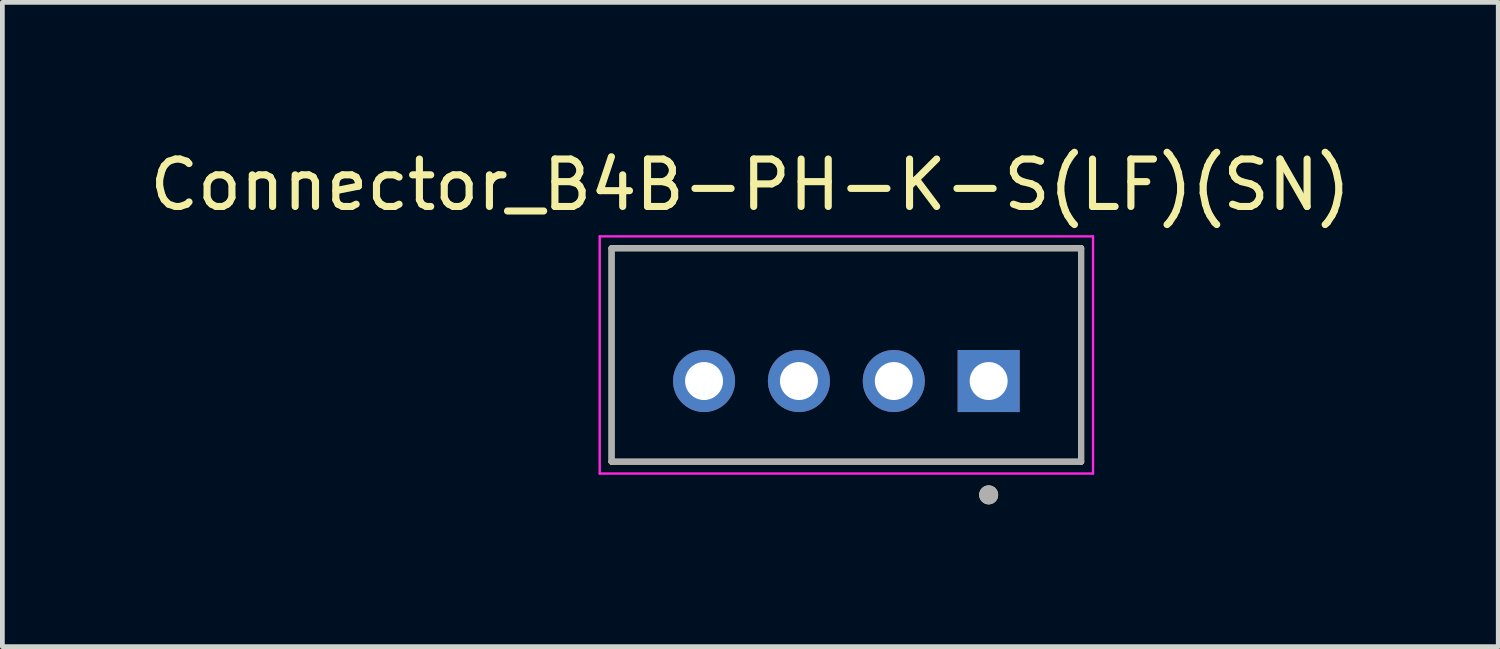
<source format=kicad_pcb>
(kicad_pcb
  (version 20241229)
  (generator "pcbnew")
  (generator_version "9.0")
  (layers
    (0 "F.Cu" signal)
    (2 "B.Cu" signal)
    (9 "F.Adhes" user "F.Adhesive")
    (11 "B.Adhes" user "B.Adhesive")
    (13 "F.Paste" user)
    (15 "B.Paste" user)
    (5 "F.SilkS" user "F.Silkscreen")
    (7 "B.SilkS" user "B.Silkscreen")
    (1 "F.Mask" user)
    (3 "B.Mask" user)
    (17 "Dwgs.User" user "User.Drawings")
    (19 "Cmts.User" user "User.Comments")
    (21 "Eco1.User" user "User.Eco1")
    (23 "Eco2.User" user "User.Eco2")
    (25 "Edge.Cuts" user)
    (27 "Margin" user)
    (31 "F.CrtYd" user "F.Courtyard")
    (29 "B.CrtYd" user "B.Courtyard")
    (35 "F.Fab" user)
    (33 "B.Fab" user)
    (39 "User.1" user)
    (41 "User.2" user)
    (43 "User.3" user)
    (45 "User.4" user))
  (footprint "Connector_B4B-PH-K-S(LF)(SN)"
    (layer "F.Cu")
    (at 14.793 4.433)
    (property "Reference" "Connector_B4B-PH-K-S(LF)(SN)" (at -2.025 -3.585 0) (layer "F.SilkS") (effects (font (size 1 1) (thickness 0.15))))
    (attr through_hole)
    (fp_line (start -4.95 -2.25) (end 4.95 -2.25) (stroke (width 0.127) (type solid)) (layer "F.SilkS"))
    (fp_line (start -4.95 2.25) (end -4.95 -2.25) (stroke (width 0.127) (type solid)) (layer "F.SilkS"))
    (fp_line (start 4.95 -2.25) (end 4.95 2.25) (stroke (width 0.127) (type solid)) (layer "F.SilkS"))
    (fp_line (start 4.95 2.25) (end -4.95 2.25) (stroke (width 0.127) (type solid)) (layer "F.SilkS"))
    (fp_circle (center 3 2.95) (end 3.1 2.95) (stroke (width 0.2) (type solid)) (fill no) (layer "F.SilkS"))
    (fp_line (start -5.2 -2.5) (end 5.2 -2.5) (stroke (width 0.05) (type solid)) (layer "F.CrtYd"))
    (fp_line (start -5.2 2.5) (end -5.2 -2.5) (stroke (width 0.05) (type solid)) (layer "F.CrtYd"))
    (fp_line (start 5.2 -2.5) (end 5.2 2.5) (stroke (width 0.05) (type solid)) (layer "F.CrtYd"))
    (fp_line (start 5.2 2.5) (end -5.2 2.5) (stroke (width 0.05) (type solid)) (layer "F.CrtYd"))
    (fp_line (start -4.95 -2.25) (end 4.95 -2.25) (stroke (width 0.127) (type solid)) (layer "F.Fab"))
    (fp_line (start -4.95 2.25) (end -4.95 -2.25) (stroke (width 0.127) (type solid)) (layer "F.Fab"))
    (fp_line (start 4.95 -2.25) (end 4.95 2.25) (stroke (width 0.127) (type solid)) (layer "F.Fab"))
    (fp_line (start 4.95 2.25) (end -4.95 2.25) (stroke (width 0.127) (type solid)) (layer "F.Fab"))
    (fp_circle (center 3 2.95) (end 3.1 2.95) (stroke (width 0.2) (type solid)) (fill no) (layer "F.Fab"))
    (pad "1" thru_hole rect (at 3 0.55) (size 1.308 1.308) (drill 0.8) (layers "*.Cu" "*.Mask"))
    (pad "2" thru_hole circle (at 1 0.55) (size 1.308 1.308) (drill 0.8) (layers "*.Cu" "*.Mask"))
    (pad "3" thru_hole circle (at -1 0.55) (size 1.308 1.308) (drill 0.8) (layers "*.Cu" "*.Mask"))
    (pad "4" thru_hole circle (at -3 0.55) (size 1.308 1.308) (drill 0.8) (layers "*.Cu" "*.Mask")))
  (gr_rect
    (start -3 -3)
    (end 28.536 10.583)
    (stroke (width 0.1) (type default))
    (fill no)
    (layer "Edge.Cuts")))
</source>
